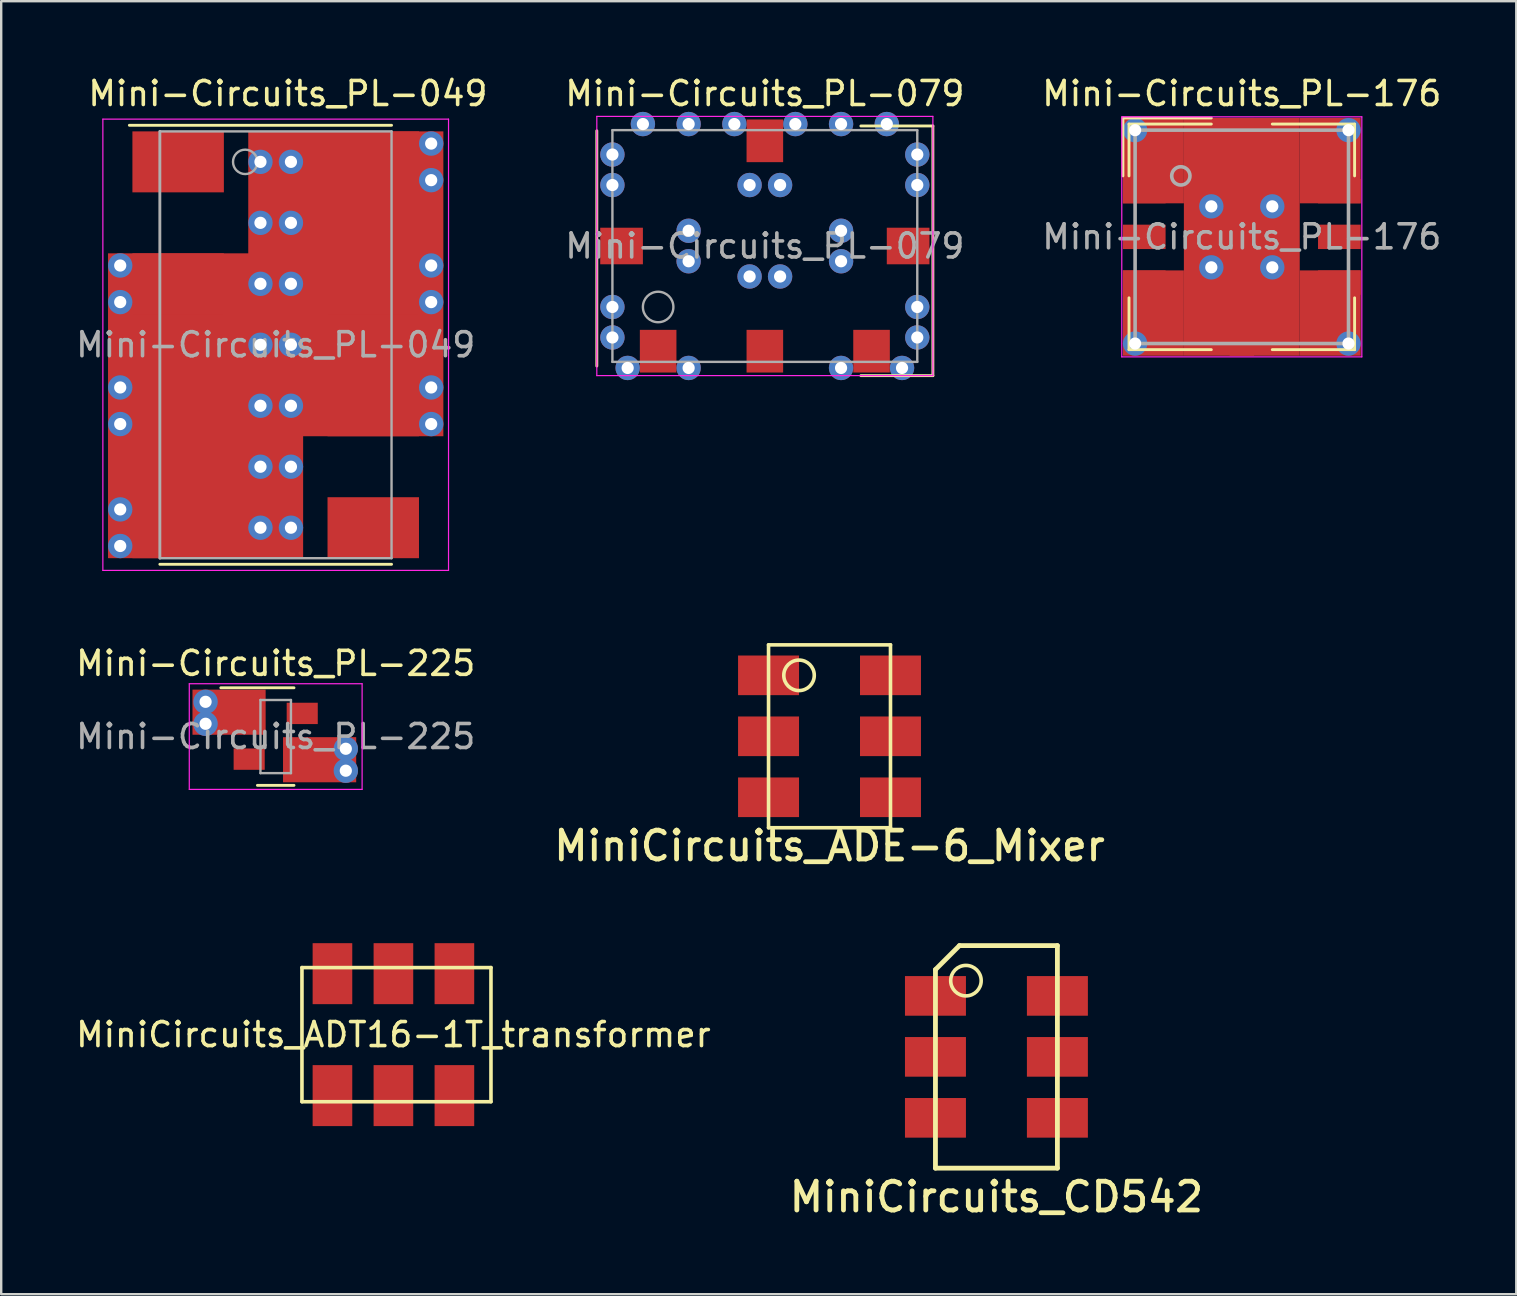
<source format=kicad_pcb>
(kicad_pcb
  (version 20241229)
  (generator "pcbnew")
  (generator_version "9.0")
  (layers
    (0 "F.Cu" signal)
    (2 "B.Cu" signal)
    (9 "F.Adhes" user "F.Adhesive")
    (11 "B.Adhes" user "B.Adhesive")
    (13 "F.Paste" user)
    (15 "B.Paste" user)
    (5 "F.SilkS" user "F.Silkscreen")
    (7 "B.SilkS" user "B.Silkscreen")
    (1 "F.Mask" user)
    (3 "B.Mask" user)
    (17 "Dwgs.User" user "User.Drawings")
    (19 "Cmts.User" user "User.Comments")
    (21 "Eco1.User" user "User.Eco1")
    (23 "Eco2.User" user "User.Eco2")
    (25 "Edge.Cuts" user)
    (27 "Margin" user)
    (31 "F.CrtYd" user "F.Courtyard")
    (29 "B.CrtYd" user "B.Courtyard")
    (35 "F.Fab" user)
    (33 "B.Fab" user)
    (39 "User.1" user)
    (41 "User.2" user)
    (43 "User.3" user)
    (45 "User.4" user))
  (footprint "Mini-Circuits_PL-049"
    (layer "F.Cu")
    (at 8.435 11.313)
    (property "Reference" "Mini-Circuits_PL-049" (at 0.508 -10.465 0) (layer "F.SilkS") (effects (font (size 1 1) (thickness 0.15))))
    (attr smd)
    (fp_line (start -4.826 9.144) (end 4.826 9.144) (stroke (width 0.12) (type solid)) (layer "F.SilkS"))
    (fp_line (start 4.826 -9.144) (end -6.096 -9.144) (stroke (width 0.12) (type solid)) (layer "F.SilkS"))
    (fp_line (start -7.2 -9.4) (end -7.2 9.4) (stroke (width 0.05) (type solid)) (layer "F.CrtYd"))
    (fp_line (start -7.2 9.4) (end 7.2 9.4) (stroke (width 0.05) (type solid)) (layer "F.CrtYd"))
    (fp_line (start 7.2 -9.4) (end -7.2 -9.4) (stroke (width 0.05) (type solid)) (layer "F.CrtYd"))
    (fp_line (start 7.2 9.4) (end 7.2 -9.4) (stroke (width 0.05) (type solid)) (layer "F.CrtYd"))
    (fp_line (start -4.826 -8.89) (end -4.826 8.89) (stroke (width 0.12) (type solid)) (layer "F.Fab"))
    (fp_line (start 4.826 -8.89) (end -4.826 -8.89) (stroke (width 0.1) (type solid)) (layer "F.Fab"))
    (fp_line (start 4.826 8.89) (end -4.826 8.89) (stroke (width 0.1) (type solid)) (layer "F.Fab"))
    (fp_line (start 4.826 8.89) (end 4.826 -8.89) (stroke (width 0.1) (type solid)) (layer "F.Fab"))
    (fp_circle (center -1.27 -7.62) (end -0.762 -7.62) (stroke (width 0.1) (type solid)) (fill no) (layer "F.Fab"))
    (fp_text user "${REFERENCE}" (at 0 0 0) (layer "F.Fab") (effects (font (size 1 1) (thickness 0.15))))
    (pad "1" smd rect (at -4.064 -7.62 270) (size 2.54 3.81) (layers "F.Cu" "F.Mask" "F.Paste"))
    (pad "2" thru_hole circle (at -6.477 -3.302 270) (size 1.016 1.016) (drill 0.508) (layers "*.Cu"))
    (pad "2" thru_hole circle (at -6.477 -1.778 270) (size 1.016 1.016) (drill 0.508) (layers "*.Cu"))
    (pad "2" thru_hole circle (at -6.477 1.778 270) (size 1.016 1.016) (drill 0.508) (layers "*.Cu"))
    (pad "2" thru_hole circle (at -6.477 3.302 270) (size 1.016 1.016) (drill 0.508) (layers "*.Cu"))
    (pad "2" thru_hole circle (at -6.477 6.858 270) (size 1.016 1.016) (drill 0.508) (layers "*.Cu"))
    (pad "2" thru_hole circle (at -6.477 8.382 270) (size 1.016 1.016) (drill 0.508) (layers "*.Cu"))
    (pad "2" smd rect (at -2.921 2.54 270) (size 12.7 8.128) (layers "F.Cu"))
    (pad "2" thru_hole circle (at -0.635 -7.62 270) (size 1.016 1.016) (drill 0.508) (layers "*.Cu"))
    (pad "2" thru_hole circle (at -0.635 -5.08 270) (size 1.016 1.016) (drill 0.508) (layers "*.Cu"))
    (pad "2" thru_hole circle (at -0.635 -2.54 270) (size 1.016 1.016) (drill 0.508) (layers "*.Cu"))
    (pad "2" thru_hole circle (at -0.635 0 270) (size 1.016 1.016) (drill 0.508) (layers "*.Cu"))
    (pad "2" thru_hole circle (at -0.635 2.54 270) (size 1.016 1.016) (drill 0.508) (layers "*.Cu"))
    (pad "2" thru_hole circle (at -0.635 5.08 270) (size 1.016 1.016) (drill 0.508) (layers "*.Cu"))
    (pad "2" thru_hole circle (at -0.635 7.62 270) (size 1.016 1.016) (drill 0.508) (layers "*.Cu"))
    (pad "2" thru_hole circle (at 0.635 -7.62 270) (size 1.016 1.016) (drill 0.508) (layers "*.Cu"))
    (pad "2" thru_hole circle (at 0.635 -5.08 270) (size 1.016 1.016) (drill 0.508) (layers "*.Cu"))
    (pad "2" thru_hole circle (at 0.635 -2.54 270) (size 1.016 1.016) (drill 0.508) (layers "*.Cu"))
    (pad "2" thru_hole circle (at 0.635 0 270) (size 1.016 1.016) (drill 0.508) (layers "*.Cu"))
    (pad "2" thru_hole circle (at 0.635 2.54 270) (size 1.016 1.016) (drill 0.508) (layers "*.Cu"))
    (pad "2" thru_hole circle (at 0.635 5.08 270) (size 1.016 1.016) (drill 0.508) (layers "*.Cu"))
    (pad "2" thru_hole circle (at 0.635 7.62 270) (size 1.016 1.016) (drill 0.508) (layers "*.Cu"))
    (pad "2" smd rect (at 2.921 -2.54 270) (size 12.7 8.128) (layers "F.Cu"))
    (pad "2" smd rect (at 4.064 -7.62 270) (size 2.54 3.81) (layers "F.Cu" "F.Mask" "F.Paste"))
    (pad "2" thru_hole circle (at 6.477 -8.382 270) (size 1.016 1.016) (drill 0.508) (layers "*.Cu"))
    (pad "2" thru_hole circle (at 6.477 -6.858 270) (size 1.016 1.016) (drill 0.508) (layers "*.Cu"))
    (pad "2" thru_hole circle (at 6.477 -3.302 270) (size 1.016 1.016) (drill 0.508) (layers "*.Cu"))
    (pad "2" thru_hole circle (at 6.477 -1.778 270) (size 1.016 1.016) (drill 0.508) (layers "*.Cu"))
    (pad "2" thru_hole circle (at 6.477 1.778 270) (size 1.016 1.016) (drill 0.508) (layers "*.Cu"))
    (pad "2" thru_hole circle (at 6.477 3.302 270) (size 1.016 1.016) (drill 0.508) (layers "*.Cu"))
    (pad "3" smd rect (at -4.064 -2.54 270) (size 2.54 3.81) (layers "F.Cu" "F.Mask" "F.Paste"))
    (pad "4" smd rect (at 4.064 -2.54 270) (size 2.54 3.81) (layers "F.Cu" "F.Mask" "F.Paste"))
    (pad "5" smd rect (at -4.064 2.54 270) (size 2.54 3.81) (layers "F.Cu" "F.Mask" "F.Paste"))
    (pad "6" smd rect (at 4.064 2.54 270) (size 2.54 3.81) (layers "F.Cu" "F.Mask" "F.Paste"))
    (pad "7" smd rect (at -4.064 7.62 270) (size 2.54 3.81) (layers "F.Cu" "F.Mask" "F.Paste"))
    (pad "8" smd rect (at 4.064 7.62 270) (size 2.54 3.81) (layers "F.Cu" "F.Mask" "F.Paste")))
  (footprint "MiniCircuits_ADE-6_Mixer"
    (layer "F.Cu")
    (at 31.506 27.623)
    (property "Reference" "MiniCircuits_ADE-6_Mixer" (at 0 4.565 0) (layer "F.SilkS") (effects (font (size 1.2 1.2) (thickness 0.2))))
    (attr through_hole)
    (fp_line (start -2.54 -3.81) (end 2.54 -3.81) (stroke (width 0.15) (type solid)) (layer "F.SilkS"))
    (fp_line (start -2.54 3.81) (end -2.54 -3.81) (stroke (width 0.15) (type solid)) (layer "F.SilkS"))
    (fp_line (start 2.54 -3.81) (end 2.54 3.81) (stroke (width 0.15) (type solid)) (layer "F.SilkS"))
    (fp_line (start 2.54 3.81) (end -2.54 3.81) (stroke (width 0.15) (type solid)) (layer "F.SilkS"))
    (fp_circle (center -1.27 -2.54) (end -0.635 -2.54) (stroke (width 0.15) (type solid)) (fill no) (layer "F.SilkS"))
    (pad "1" smd rect (at -2.54 -2.54) (size 2.54 1.651) (layers "F.Cu" "F.Mask" "F.Paste"))
    (pad "2" smd rect (at -2.54 0) (size 2.54 1.651) (layers "F.Cu" "F.Mask" "F.Paste"))
    (pad "3" smd rect (at -2.54 2.54) (size 2.54 1.651) (layers "F.Cu" "F.Mask" "F.Paste"))
    (pad "4" smd rect (at 2.54 2.54) (size 2.54 1.651) (layers "F.Cu" "F.Mask" "F.Paste"))
    (pad "5" smd rect (at 2.54 0) (size 2.54 1.651) (layers "F.Cu" "F.Mask" "F.Paste"))
    (pad "6" smd rect (at 2.54 -2.54) (size 2.54 1.651) (layers "F.Cu" "F.Mask" "F.Paste")))
  (footprint "Mini-Circuits_PL-176"
    (layer "F.Cu")
    (at 48.681 6.817)
    (property "Reference" "Mini-Circuits_PL-176" (at 0 -5.969 0) (layer "F.SilkS") (effects (font (size 1 1) (thickness 0.15))))
    (attr smd)
    (fp_line (start -4.953 -4.953) (end -4.953 -2.54) (stroke (width 0.12) (type solid)) (layer "F.SilkS"))
    (fp_line (start -4.699 -4.699) (end -1.27 -4.699) (stroke (width 0.12) (type solid)) (layer "F.SilkS"))
    (fp_line (start -4.699 -2.54) (end -4.699 -4.699) (stroke (width 0.12) (type solid)) (layer "F.SilkS"))
    (fp_line (start -4.699 2.54) (end -4.699 4.699) (stroke (width 0.12) (type solid)) (layer "F.SilkS"))
    (fp_line (start -1.27 -4.953) (end -4.953 -4.953) (stroke (width 0.12) (type solid)) (layer "F.SilkS"))
    (fp_line (start -1.27 4.699) (end -4.699 4.699) (stroke (width 0.12) (type solid)) (layer "F.SilkS"))
    (fp_line (start 1.27 -4.699) (end 4.699 -4.699) (stroke (width 0.12) (type solid)) (layer "F.SilkS"))
    (fp_line (start 4.699 -2.54) (end 4.699 -4.699) (stroke (width 0.12) (type solid)) (layer "F.SilkS"))
    (fp_line (start 4.699 4.699) (end 1.27 4.699) (stroke (width 0.12) (type solid)) (layer "F.SilkS"))
    (fp_line (start 4.699 4.699) (end 4.699 2.54) (stroke (width 0.12) (type solid)) (layer "F.SilkS"))
    (fp_line (start -5 -5) (end 5 -5) (stroke (width 0.05) (type solid)) (layer "F.CrtYd"))
    (fp_line (start -5 5) (end -5 -5) (stroke (width 0.05) (type solid)) (layer "F.CrtYd"))
    (fp_line (start 5 -5) (end 5 5) (stroke (width 0.05) (type solid)) (layer "F.CrtYd"))
    (fp_line (start 5 5) (end -5 5) (stroke (width 0.05) (type solid)) (layer "F.CrtYd"))
    (fp_line (start -4.445 -4.445) (end 4.445 -4.445) (stroke (width 0.15) (type solid)) (layer "F.Fab"))
    (fp_line (start -4.445 4.445) (end -4.445 -4.445) (stroke (width 0.15) (type solid)) (layer "F.Fab"))
    (fp_line (start 4.445 -4.445) (end 4.445 4.445) (stroke (width 0.15) (type solid)) (layer "F.Fab"))
    (fp_line (start 4.445 4.445) (end -4.445 4.445) (stroke (width 0.15) (type solid)) (layer "F.Fab"))
    (fp_circle (center -2.54 -2.54) (end -2.159 -2.54) (stroke (width 0.15) (type solid)) (fill no) (layer "F.Fab"))
    (fp_text user "${REFERENCE}" (at 0 0 0) (layer "F.Fab") (effects (font (size 1 1) (thickness 0.15))))
    (pad "1" smd rect (at -4.953 -1.905 180) (size 1.778 1.016) (drill (offset -0.889 0)) (layers "F.Cu" "F.Mask" "F.Paste"))
    (pad "1" thru_hole circle (at -4.445 -4.445) (size 1.016 1.016) (drill 0.508) (layers "*.Cu"))
    (pad "1" thru_hole circle (at -4.445 4.445) (size 1.016 1.016) (drill 0.508) (layers "*.Cu"))
    (pad "1" smd rect (at -3.683 -3.175) (size 2.54 3.556) (layers "F.Cu"))
    (pad "1" smd rect (at -3.683 3.175) (size 2.54 3.556) (layers "F.Cu"))
    (pad "1" thru_hole circle (at -1.27 -1.27) (size 1.016 1.016) (drill 0.508) (layers "*.Cu"))
    (pad "1" thru_hole circle (at -1.27 1.27) (size 1.016 1.016) (drill 0.508) (layers "*.Cu"))
    (pad "1" smd rect (at 0 0) (size 4.826 9.906) (layers "F.Cu"))
    (pad "1" thru_hole circle (at 1.27 -1.27) (size 1.016 1.016) (drill 0.508) (layers "*.Cu"))
    (pad "1" thru_hole circle (at 1.27 1.27) (size 1.016 1.016) (drill 0.508) (layers "*.Cu"))
    (pad "1" smd rect (at 3.683 -3.175) (size 2.54 3.556) (layers "F.Cu"))
    (pad "1" smd rect (at 3.683 3.175) (size 2.54 3.556) (layers "F.Cu"))
    (pad "1" thru_hole circle (at 4.445 -4.445) (size 1.016 1.016) (drill 0.508) (layers "*.Cu"))
    (pad "1" thru_hole circle (at 4.445 4.445) (size 1.016 1.016) (drill 0.508) (layers "*.Cu"))
    (pad "2" smd rect (at -4.953 0 180) (size 1.778 1.016) (drill (offset -0.889 0)) (layers "F.Cu" "F.Mask" "F.Paste"))
    (pad "3" smd rect (at -4.953 1.905 180) (size 1.778 1.016) (drill (offset -0.889 0)) (layers "F.Cu" "F.Mask" "F.Paste"))
    (pad "4" smd rect (at 0 4.953 270) (size 1.778 1.016) (drill (offset -0.889 0)) (layers "F.Cu" "F.Mask" "F.Paste"))
    (pad "5" smd rect (at 4.953 1.905) (size 1.778 1.016) (drill (offset -0.889 0)) (layers "F.Cu" "F.Mask" "F.Paste"))
    (pad "6" smd rect (at 4.953 0) (size 1.778 1.016) (drill (offset -0.889 0)) (layers "F.Cu" "F.Mask" "F.Paste"))
    (pad "7" smd rect (at 4.953 -1.905) (size 1.778 1.016) (drill (offset -0.889 0)) (layers "F.Cu" "F.Mask" "F.Paste"))
    (pad "8" smd rect (at 0 -4.953 270) (size 1.778 1.016) (drill (offset 0.889 0)) (layers "F.Cu" "F.Mask" "F.Paste")))
  (footprint "Mini-Circuits_PL-079"
    (layer "F.Cu")
    (at 28.812 7.198)
    (property "Reference" "Mini-Circuits_PL-079" (at 0 -6.35 0) (layer "F.SilkS") (effects (font (size 1 1) (thickness 0.15))))
    (attr smd)
    (fp_line (start -7 -4.8) (end -7 5) (stroke (width 0.12) (type solid)) (layer "F.SilkS"))
    (fp_line (start 4 5.4) (end 7 5.4) (stroke (width 0.12) (type solid)) (layer "F.SilkS"))
    (fp_line (start 7 -5) (end 4 -5) (stroke (width 0.12) (type solid)) (layer "F.SilkS"))
    (fp_line (start 7 5.4) (end 7 -5) (stroke (width 0.12) (type solid)) (layer "F.SilkS"))
    (fp_line (start -7 -5.4) (end 7 -5.4) (stroke (width 0.05) (type solid)) (layer "F.CrtYd"))
    (fp_line (start -7 5.4) (end -7 -5.4) (stroke (width 0.05) (type solid)) (layer "F.CrtYd"))
    (fp_line (start 7 -5.4) (end 7 5.4) (stroke (width 0.05) (type solid)) (layer "F.CrtYd"))
    (fp_line (start 7 5.4) (end -7 5.4) (stroke (width 0.05) (type solid)) (layer "F.CrtYd"))
    (fp_line (start -6.35 -4.826) (end 6.35 -4.826) (stroke (width 0.1) (type solid)) (layer "F.Fab"))
    (fp_line (start -6.35 4.826) (end -6.35 -4.826) (stroke (width 0.1) (type solid)) (layer "F.Fab"))
    (fp_line (start 6.35 -4.826) (end 6.35 4.826) (stroke (width 0.1) (type solid)) (layer "F.Fab"))
    (fp_line (start 6.35 4.826) (end -6.35 4.826) (stroke (width 0.1) (type solid)) (layer "F.Fab"))
    (fp_circle (center -4.445 2.54) (end -3.81 2.54) (stroke (width 0.1) (type solid)) (fill no) (layer "F.Fab"))
    (fp_text user "${REFERENCE}" (at 0 0 0) (layer "F.Fab") (effects (font (size 1 1) (thickness 0.15))))
    (pad "1" smd rect (at 6.858 0 180) (size 1.778 1.524) (drill (offset 0.889 0)) (layers "F.Cu" "F.Mask" "F.Paste"))
    (pad "2" smd rect (at -6.858 0) (size 1.778 1.524) (drill (offset 0.889 0)) (layers "F.Cu" "F.Mask" "F.Paste"))
    (pad "3" smd rect (at 0 5.271 90) (size 1.778 1.524) (drill (offset 0.889 0)) (layers "F.Cu" "F.Mask" "F.Paste"))
    (pad "4" thru_hole circle (at -6.35 -3.81 270) (size 1.016 1.016) (drill 0.508) (layers "*.Cu"))
    (pad "4" thru_hole circle (at -6.35 -2.54 270) (size 1.016 1.016) (drill 0.508) (layers "*.Cu"))
    (pad "4" thru_hole circle (at -6.35 2.54 270) (size 1.016 1.016) (drill 0.508) (layers "*.Cu"))
    (pad "4" thru_hole circle (at -6.35 3.81 270) (size 1.016 1.016) (drill 0.508) (layers "*.Cu"))
    (pad "4" thru_hole circle (at -5.715 5.08 270) (size 1.016 1.016) (drill 0.508) (layers "*.Cu"))
    (pad "4" thru_hole circle (at -5.08 -5.08 270) (size 1.016 1.016) (drill 0.508) (layers "*.Cu"))
    (pad "4" thru_hole circle (at -3.175 -5.08 270) (size 1.016 1.016) (drill 0.508) (layers "*.Cu"))
    (pad "4" thru_hole circle (at -3.175 -0.635 270) (size 1.016 1.016) (drill 0.508) (layers "*.Cu"))
    (pad "4" thru_hole circle (at -3.175 0.635 270) (size 1.016 1.016) (drill 0.508) (layers "*.Cu"))
    (pad "4" thru_hole circle (at -3.175 5.08 270) (size 1.016 1.016) (drill 0.508) (layers "*.Cu"))
    (pad "4" thru_hole circle (at -1.27 -5.08 270) (size 1.016 1.016) (drill 0.508) (layers "*.Cu"))
    (pad "4" thru_hole circle (at -0.635 -2.54 270) (size 1.016 1.016) (drill 0.508) (layers "*.Cu"))
    (pad "4" thru_hole circle (at -0.635 1.27 270) (size 1.016 1.016) (drill 0.508) (layers "*.Cu"))
    (pad "4" smd rect (at 0 -5.271 270) (size 1.778 1.524) (drill (offset 0.889 0)) (layers "F.Cu" "F.Mask" "F.Paste"))
    (pad "4" thru_hole circle (at 0.635 -2.54 270) (size 1.016 1.016) (drill 0.508) (layers "*.Cu"))
    (pad "4" thru_hole circle (at 0.635 1.27 270) (size 1.016 1.016) (drill 0.508) (layers "*.Cu"))
    (pad "4" thru_hole circle (at 1.27 -5.08 270) (size 1.016 1.016) (drill 0.508) (layers "*.Cu"))
    (pad "4" thru_hole circle (at 3.175 -5.08 270) (size 1.016 1.016) (drill 0.508) (layers "*.Cu"))
    (pad "4" thru_hole circle (at 3.175 -0.635 270) (size 1.016 1.016) (drill 0.508) (layers "*.Cu"))
    (pad "4" thru_hole circle (at 3.175 0.635 270) (size 1.016 1.016) (drill 0.508) (layers "*.Cu"))
    (pad "4" thru_hole circle (at 3.175 5.08 270) (size 1.016 1.016) (drill 0.508) (layers "*.Cu"))
    (pad "4" thru_hole circle (at 5.08 -5.08 270) (size 1.016 1.016) (drill 0.508) (layers "*.Cu"))
    (pad "4" thru_hole circle (at 5.715 5.08 270) (size 1.016 1.016) (drill 0.508) (layers "*.Cu"))
    (pad "4" thru_hole circle (at 6.35 -3.81 270) (size 1.016 1.016) (drill 0.508) (layers "*.Cu"))
    (pad "4" thru_hole circle (at 6.35 -2.54 270) (size 1.016 1.016) (drill 0.508) (layers "*.Cu"))
    (pad "4" thru_hole circle (at 6.35 2.54 270) (size 1.016 1.016) (drill 0.508) (layers "*.Cu"))
    (pad "4" thru_hole circle (at 6.35 3.81 270) (size 1.016 1.016) (drill 0.508) (layers "*.Cu"))
    (pad "5" smd rect (at -4.445 5.271 90) (size 1.778 1.524) (drill (offset 0.889 0)) (layers "F.Cu" "F.Mask" "F.Paste"))
    (pad "6" smd rect (at 4.445 5.271 90) (size 1.778 1.524) (drill (offset 0.889 0)) (layers "F.Cu" "F.Mask" "F.Paste")))
  (footprint "MiniCircuits_CD542"
    (layer "F.Cu")
    (at 38.459 40.977)
    (property "Reference" "MiniCircuits_CD542" (at 0 5.835 0) (layer "F.SilkS") (effects (font (size 1.2 1.2) (thickness 0.2))))
    (attr through_hole)
    (fp_line (start -2.54 -3.635) (end -2.54 4.636) (stroke (width 0.2) (type solid)) (layer "F.SilkS"))
    (fp_line (start -2.54 4.636) (end 2.54 4.636) (stroke (width 0.2) (type solid)) (layer "F.SilkS"))
    (fp_line (start -1.54 -4.636) (end -2.54 -3.635) (stroke (width 0.2) (type solid)) (layer "F.SilkS"))
    (fp_line (start 2.54 -4.636) (end -1.54 -4.636) (stroke (width 0.2) (type solid)) (layer "F.SilkS"))
    (fp_line (start 2.54 4.636) (end 2.54 -4.636) (stroke (width 0.2) (type solid)) (layer "F.SilkS"))
    (fp_circle (center -1.27 -3.175) (end -1.27 -2.54) (stroke (width 0.15) (type solid)) (fill no) (layer "F.SilkS"))
    (pad "1" smd rect (at -3.81 -2.54) (size 2.54 1.651) (drill (offset 1.27 0)) (layers "F.Cu" "F.Mask" "F.Paste"))
    (pad "2" smd rect (at -3.81 0) (size 2.54 1.651) (drill (offset 1.27 0)) (layers "F.Cu" "F.Mask" "F.Paste"))
    (pad "3" smd rect (at -3.81 2.54) (size 2.54 1.651) (drill (offset 1.27 0)) (layers "F.Cu" "F.Mask" "F.Paste"))
    (pad "4" smd rect (at 3.81 2.54) (size 2.54 1.651) (drill (offset -1.27 0)) (layers "F.Cu" "F.Mask" "F.Paste"))
    (pad "5" smd rect (at 3.81 0) (size 2.54 1.651) (drill (offset -1.27 0)) (layers "F.Cu" "F.Mask" "F.Paste"))
    (pad "6" smd rect (at 3.81 -2.54) (size 2.54 1.651) (drill (offset -1.27 0)) (layers "F.Cu" "F.Mask" "F.Paste")))
  (footprint "MiniCircuits_ADT16-1T_transformer"
    (layer "F.Cu")
    (at 13.339 40.051)
    (property "Reference" "MiniCircuits_ADT16-1T_transformer" (at 0 0 0) (layer "F.SilkS") (effects (font (size 1 1) (thickness 0.15))))
    (attr through_hole)
    (fp_line (start -3.81 -2.794) (end -3.81 2.794) (stroke (width 0.15) (type solid)) (layer "F.SilkS"))
    (fp_line (start -3.81 2.794) (end 4.064 2.794) (stroke (width 0.15) (type solid)) (layer "F.SilkS"))
    (fp_line (start 4.064 -2.794) (end -3.81 -2.794) (stroke (width 0.15) (type solid)) (layer "F.SilkS"))
    (fp_line (start 4.064 2.794) (end 4.064 -2.794) (stroke (width 0.15) (type solid)) (layer "F.SilkS"))
    (pad "1" smd rect (at -2.54 2.54) (size 1.651 2.54) (layers "F.Cu" "F.Mask" "F.Paste"))
    (pad "2" smd rect (at 0 2.54) (size 1.651 2.54) (layers "F.Cu" "F.Mask" "F.Paste"))
    (pad "3" smd rect (at 2.54 3.81) (size 1.651 2.54) (drill (offset 0 -1.27)) (layers "F.Cu" "F.Mask" "F.Paste"))
    (pad "4" smd rect (at 2.54 -2.54) (size 1.651 2.54) (layers "F.Cu" "F.Mask" "F.Paste"))
    (pad "5" smd rect (at 0 -2.54) (size 1.651 2.54) (layers "F.Cu" "F.Mask" "F.Paste"))
    (pad "6" smd rect (at -2.54 -2.54) (size 1.651 2.54) (layers "F.Cu" "F.Mask" "F.Paste")))
  (footprint "Mini-Circuits_PL-225"
    (layer "F.Cu")
    (at 8.435 27.634)
    (property "Reference" "Mini-Circuits_PL-225" (at 0 -3.048 0) (layer "F.SilkS") (effects (font (size 1 1) (thickness 0.15))))
    (attr smd)
    (fp_line (start 0.762 -2.032) (end -2.286 -2.032) (stroke (width 0.12) (type solid)) (layer "F.SilkS"))
    (fp_line (start 0.762 2.032) (end -0.762 2.032) (stroke (width 0.12) (type solid)) (layer "F.SilkS"))
    (fp_line (start -3.6 -2.2) (end 3.6 -2.2) (stroke (width 0.05) (type solid)) (layer "F.CrtYd"))
    (fp_line (start -3.6 2.2) (end -3.6 -2.2) (stroke (width 0.05) (type solid)) (layer "F.CrtYd"))
    (fp_line (start 3.6 -2.2) (end 3.6 2.2) (stroke (width 0.05) (type solid)) (layer "F.CrtYd"))
    (fp_line (start 3.6 2.2) (end -3.6 2.2) (stroke (width 0.05) (type solid)) (layer "F.CrtYd"))
    (fp_line (start -0.635 -1.524) (end 0.635 -1.524) (stroke (width 0.1) (type solid)) (layer "F.Fab"))
    (fp_line (start -0.635 1.524) (end -0.635 -1.524) (stroke (width 0.1) (type solid)) (layer "F.Fab"))
    (fp_line (start 0.635 -1.524) (end 0.635 1.524) (stroke (width 0.1) (type solid)) (layer "F.Fab"))
    (fp_line (start 0.635 1.524) (end -0.635 1.524) (stroke (width 0.1) (type solid)) (layer "F.Fab"))
    (fp_text user "${REFERENCE}" (at 0 0 0) (layer "F.Fab") (effects (font (size 1 1) (thickness 0.15))))
    (pad "1" thru_hole circle (at -2.921 -1.448) (size 1.016 1.016) (drill 0.508) (layers "*.Cu"))
    (pad "1" thru_hole circle (at -2.921 -0.533) (size 1.016 1.016) (drill 0.508) (layers "*.Cu"))
    (pad "1" smd rect (at -1.943 -1.016 90) (size 1.88 3.048) (layers "F.Cu"))
    (pad "1" smd rect (at -1.105 -0.965 90) (size 0.889 1.295) (layers "F.Cu" "F.Mask" "F.Paste"))
    (pad "2" smd rect (at 1.105 -0.965 90) (size 0.889 1.295) (layers "F.Cu" "F.Mask" "F.Paste"))
    (pad "3" smd rect (at 1.105 0.737 90) (size 1.194 1.295) (layers "F.Cu" "F.Mask" "F.Paste"))
    (pad "3" smd rect (at 1.829 0.965 90) (size 1.88 3.048) (layers "F.Cu"))
    (pad "3" thru_hole circle (at 2.921 0.508) (size 1.016 1.016) (drill 0.508) (layers "*.Cu"))
    (pad "3" thru_hole circle (at 2.921 1.422) (size 1.016 1.016) (drill 0.508) (layers "*.Cu"))
    (pad "4" smd rect (at -1.105 0.94 90) (size 0.889 1.295) (layers "F.Cu" "F.Mask" "F.Paste")))
  (gr_rect
    (start -3 -3)
    (end 60.115 50.865)
    (stroke (width 0.1) (type default))
    (fill no)
    (layer "Edge.Cuts")))
</source>
